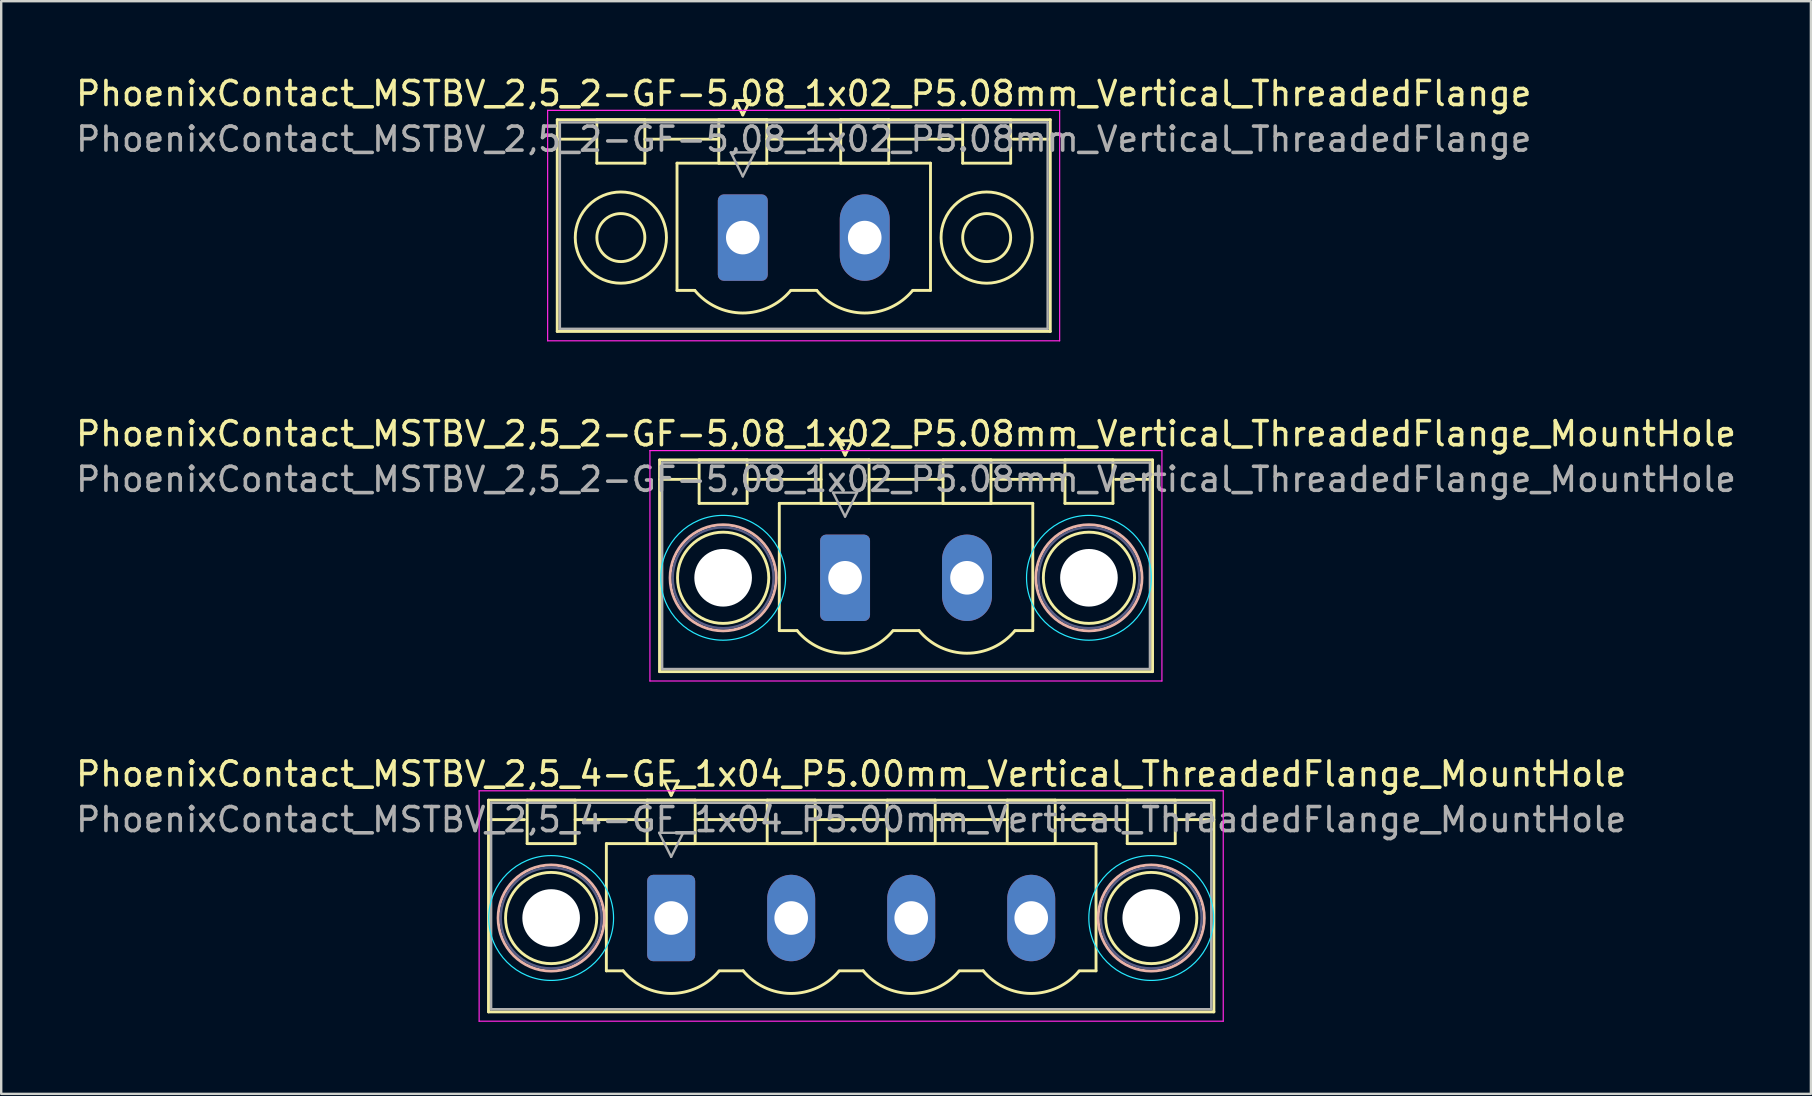
<source format=kicad_pcb>
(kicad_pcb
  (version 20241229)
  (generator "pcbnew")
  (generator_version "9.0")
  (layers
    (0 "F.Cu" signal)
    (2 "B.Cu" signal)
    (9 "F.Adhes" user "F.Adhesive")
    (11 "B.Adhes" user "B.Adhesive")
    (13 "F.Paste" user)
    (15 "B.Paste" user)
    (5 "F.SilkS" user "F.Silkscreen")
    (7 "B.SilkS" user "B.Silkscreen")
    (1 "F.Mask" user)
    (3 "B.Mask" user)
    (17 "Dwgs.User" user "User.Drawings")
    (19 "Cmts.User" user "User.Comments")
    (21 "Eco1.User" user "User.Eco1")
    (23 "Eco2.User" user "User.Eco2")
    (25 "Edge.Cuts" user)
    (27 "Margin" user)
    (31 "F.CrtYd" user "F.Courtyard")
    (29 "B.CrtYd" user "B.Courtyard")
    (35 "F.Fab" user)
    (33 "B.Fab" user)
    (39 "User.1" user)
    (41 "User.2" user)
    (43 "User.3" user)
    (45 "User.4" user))
  (footprint "PhoenixContact_MSTBV_2,5_4-GF_1x04_P5.00mm_Vertical_ThreadedFlange_MountHole"
    (layer "F.Cu")
    (at 24.911 35.195)
    (property "Reference" "PhoenixContact_MSTBV_2,5_4-GF_1x04_P5.00mm_Vertical_ThreadedFlange_MountHole" (at 7.5 -6 0) (layer "F.SilkS") (effects (font (size 1 1) (thickness 0.15))))
    (attr through_hole)
    (fp_line (start -7.61 -4.91) (end -7.61 3.91) (stroke (width 0.12) (type solid)) (layer "F.SilkS"))
    (fp_line (start -7.61 -4.1) (end -6.11 -4.1) (stroke (width 0.12) (type solid)) (layer "F.SilkS"))
    (fp_line (start -7.61 3.91) (end 22.61 3.91) (stroke (width 0.12) (type solid)) (layer "F.SilkS"))
    (fp_line (start -6 -4.91) (end -4 -4.91) (stroke (width 0.12) (type solid)) (layer "F.SilkS"))
    (fp_line (start -6 -3.1) (end -6 -4.91) (stroke (width 0.12) (type solid)) (layer "F.SilkS"))
    (fp_line (start -4 -4.91) (end -4 -3.1) (stroke (width 0.12) (type solid)) (layer "F.SilkS"))
    (fp_line (start -4 -4.1) (end -1 -4.1) (stroke (width 0.12) (type solid)) (layer "F.SilkS"))
    (fp_line (start -4 -3.1) (end -6 -3.1) (stroke (width 0.12) (type solid)) (layer "F.SilkS"))
    (fp_line (start -2.7 -3.1) (end 17.7 -3.1) (stroke (width 0.12) (type solid)) (layer "F.SilkS"))
    (fp_line (start -2.7 2.2) (end -2.7 -3.1) (stroke (width 0.12) (type solid)) (layer "F.SilkS"))
    (fp_line (start -2 2.2) (end -2.7 2.2) (stroke (width 0.12) (type solid)) (layer "F.SilkS"))
    (fp_line (start -1 -4.91) (end 1 -4.91) (stroke (width 0.12) (type solid)) (layer "F.SilkS"))
    (fp_line (start -1 -3.1) (end -1 -4.91) (stroke (width 0.12) (type solid)) (layer "F.SilkS"))
    (fp_line (start -0.3 -5.71) (end 0.3 -5.71) (stroke (width 0.12) (type solid)) (layer "F.SilkS"))
    (fp_line (start 0 -5.11) (end -0.3 -5.71) (stroke (width 0.12) (type solid)) (layer "F.SilkS"))
    (fp_line (start 0.3 -5.71) (end 0 -5.11) (stroke (width 0.12) (type solid)) (layer "F.SilkS"))
    (fp_line (start 1 -4.91) (end 1 -3.1) (stroke (width 0.12) (type solid)) (layer "F.SilkS"))
    (fp_line (start 1 -4.1) (end 4 -4.1) (stroke (width 0.12) (type solid)) (layer "F.SilkS"))
    (fp_line (start 1 -3.1) (end -1 -3.1) (stroke (width 0.12) (type solid)) (layer "F.SilkS"))
    (fp_line (start 2 2.2) (end 3 2.2) (stroke (width 0.12) (type solid)) (layer "F.SilkS"))
    (fp_line (start 4 -4.91) (end 6 -4.91) (stroke (width 0.12) (type solid)) (layer "F.SilkS"))
    (fp_line (start 4 -3.1) (end 4 -4.91) (stroke (width 0.12) (type solid)) (layer "F.SilkS"))
    (fp_line (start 6 -4.91) (end 6 -3.1) (stroke (width 0.12) (type solid)) (layer "F.SilkS"))
    (fp_line (start 6 -4.1) (end 9 -4.1) (stroke (width 0.12) (type solid)) (layer "F.SilkS"))
    (fp_line (start 6 -3.1) (end 4 -3.1) (stroke (width 0.12) (type solid)) (layer "F.SilkS"))
    (fp_line (start 7 2.2) (end 8 2.2) (stroke (width 0.12) (type solid)) (layer "F.SilkS"))
    (fp_line (start 9 -4.91) (end 11 -4.91) (stroke (width 0.12) (type solid)) (layer "F.SilkS"))
    (fp_line (start 9 -3.1) (end 9 -4.91) (stroke (width 0.12) (type solid)) (layer "F.SilkS"))
    (fp_line (start 11 -4.91) (end 11 -3.1) (stroke (width 0.12) (type solid)) (layer "F.SilkS"))
    (fp_line (start 11 -4.1) (end 14 -4.1) (stroke (width 0.12) (type solid)) (layer "F.SilkS"))
    (fp_line (start 11 -3.1) (end 9 -3.1) (stroke (width 0.12) (type solid)) (layer "F.SilkS"))
    (fp_line (start 12 2.2) (end 13 2.2) (stroke (width 0.12) (type solid)) (layer "F.SilkS"))
    (fp_line (start 14 -4.91) (end 16 -4.91) (stroke (width 0.12) (type solid)) (layer "F.SilkS"))
    (fp_line (start 14 -3.1) (end 14 -4.91) (stroke (width 0.12) (type solid)) (layer "F.SilkS"))
    (fp_line (start 16 -4.91) (end 16 -3.1) (stroke (width 0.12) (type solid)) (layer "F.SilkS"))
    (fp_line (start 16 -4.1) (end 19 -4.1) (stroke (width 0.12) (type solid)) (layer "F.SilkS"))
    (fp_line (start 16 -3.1) (end 14 -3.1) (stroke (width 0.12) (type solid)) (layer "F.SilkS"))
    (fp_line (start 17.7 -3.1) (end 17.7 2.2) (stroke (width 0.12) (type solid)) (layer "F.SilkS"))
    (fp_line (start 17.7 2.2) (end 17 2.2) (stroke (width 0.12) (type solid)) (layer "F.SilkS"))
    (fp_line (start 19 -4.91) (end 21 -4.91) (stroke (width 0.12) (type solid)) (layer "F.SilkS"))
    (fp_line (start 19 -3.1) (end 19 -4.91) (stroke (width 0.12) (type solid)) (layer "F.SilkS"))
    (fp_line (start 21 -4.91) (end 21 -3.1) (stroke (width 0.12) (type solid)) (layer "F.SilkS"))
    (fp_line (start 21 -3.1) (end 19 -3.1) (stroke (width 0.12) (type solid)) (layer "F.SilkS"))
    (fp_line (start 22.61 -4.91) (end -7.61 -4.91) (stroke (width 0.12) (type solid)) (layer "F.SilkS"))
    (fp_line (start 22.61 -4.1) (end 21.11 -4.1) (stroke (width 0.12) (type solid)) (layer "F.SilkS"))
    (fp_line (start 22.61 3.91) (end 22.61 -4.91) (stroke (width 0.12) (type solid)) (layer "F.SilkS"))
    (fp_arc (start 1.986842 2.215821) (mid -0.010289 3.142758) (end -2 2.2) (stroke (width 0.12) (type solid)) (layer "F.SilkS"))
    (fp_arc (start 6.986842 2.215821) (mid 4.989711 3.142758) (end 3 2.2) (stroke (width 0.12) (type solid)) (layer "F.SilkS"))
    (fp_arc (start 11.986842 2.215821) (mid 9.989711 3.142758) (end 8 2.2) (stroke (width 0.12) (type solid)) (layer "F.SilkS"))
    (fp_arc (start 16.986842 2.215821) (mid 14.989711 3.142758) (end 13 2.2) (stroke (width 0.12) (type solid)) (layer "F.SilkS"))
    (fp_circle (center -5 0) (end -3.1 0) (stroke (width 0.12) (type solid)) (fill no) (layer "F.SilkS"))
    (fp_circle (center 20 0) (end 21.9 0) (stroke (width 0.12) (type solid)) (fill no) (layer "F.SilkS"))
    (fp_circle (center -5 0) (end -2.79 0) (stroke (width 0.12) (type solid)) (fill no) (layer "B.SilkS"))
    (fp_circle (center 20 0) (end 22.21 0) (stroke (width 0.12) (type solid)) (fill no) (layer "B.SilkS"))
    (fp_circle (center -5 0) (end -2.4 0) (stroke (width 0.05) (type solid)) (fill no) (layer "B.CrtYd"))
    (fp_circle (center 20 0) (end 22.6 0) (stroke (width 0.05) (type solid)) (fill no) (layer "B.CrtYd"))
    (fp_line (start -8 -5.3) (end -8 4.3) (stroke (width 0.05) (type solid)) (layer "F.CrtYd"))
    (fp_line (start -8 4.3) (end 23 4.3) (stroke (width 0.05) (type solid)) (layer "F.CrtYd"))
    (fp_line (start 23 -5.3) (end -8 -5.3) (stroke (width 0.05) (type solid)) (layer "F.CrtYd"))
    (fp_line (start 23 4.3) (end 23 -5.3) (stroke (width 0.05) (type solid)) (layer "F.CrtYd"))
    (fp_circle (center -5 0) (end -2.9 0) (stroke (width 0.1) (type solid)) (fill no) (layer "B.Fab"))
    (fp_circle (center 20 0) (end 22.1 0) (stroke (width 0.1) (type solid)) (fill no) (layer "B.Fab"))
    (fp_line (start -7.5 -4.8) (end -7.5 3.8) (stroke (width 0.1) (type solid)) (layer "F.Fab"))
    (fp_line (start -7.5 3.8) (end 22.5 3.8) (stroke (width 0.1) (type solid)) (layer "F.Fab"))
    (fp_line (start -0.5 -3.55) (end 0.5 -3.55) (stroke (width 0.1) (type solid)) (layer "F.Fab"))
    (fp_line (start 0 -2.55) (end -0.5 -3.55) (stroke (width 0.1) (type solid)) (layer "F.Fab"))
    (fp_line (start 0.5 -3.55) (end 0 -2.55) (stroke (width 0.1) (type solid)) (layer "F.Fab"))
    (fp_line (start 22.5 -4.8) (end -7.5 -4.8) (stroke (width 0.1) (type solid)) (layer "F.Fab"))
    (fp_line (start 22.5 3.8) (end 22.5 -4.8) (stroke (width 0.1) (type solid)) (layer "F.Fab"))
    (fp_text user "${REFERENCE}" (at 7.5 -4.1 0) (layer "F.Fab") (effects (font (size 1 1) (thickness 0.15))))
    (pad "" np_thru_hole circle (at -5 0) (size 2.4 2.4) (drill 2.4) (layers "*.Cu" "*.Mask"))
    (pad "" np_thru_hole circle (at 20 0) (size 2.4 2.4) (drill 2.4) (layers "*.Cu" "*.Mask"))
    (pad "1" thru_hole roundrect (at 0 0) (size 2 3.6) (drill 1.4) (layers "*.Cu" "*.Mask") (roundrect_rratio 0.125))
    (pad "2" thru_hole oval (at 5 0) (size 2 3.6) (drill 1.4) (layers "*.Cu" "*.Mask"))
    (pad "3" thru_hole oval (at 10 0) (size 2 3.6) (drill 1.4) (layers "*.Cu" "*.Mask"))
    (pad "4" thru_hole oval (at 15 0) (size 2 3.6) (drill 1.4) (layers "*.Cu" "*.Mask")))
  (footprint "PhoenixContact_MSTBV_2,5_2-GF-5,08_1x02_P5.08mm_Vertical_ThreadedFlange_MountHole"
    (layer "F.Cu")
    (at 32.156 21.021)
    (property "Reference" "PhoenixContact_MSTBV_2,5_2-GF-5,08_1x02_P5.08mm_Vertical_ThreadedFlange_MountHole" (at 2.54 -6 0) (layer "F.SilkS") (effects (font (size 1 1) (thickness 0.15))))
    (attr through_hole)
    (fp_line (start -7.73 -4.91) (end -7.73 3.91) (stroke (width 0.12) (type solid)) (layer "F.SilkS"))
    (fp_line (start -7.73 -4.1) (end -6.19 -4.1) (stroke (width 0.12) (type solid)) (layer "F.SilkS"))
    (fp_line (start -7.73 3.91) (end 12.81 3.91) (stroke (width 0.12) (type solid)) (layer "F.SilkS"))
    (fp_line (start -6.08 -4.91) (end -4.08 -4.91) (stroke (width 0.12) (type solid)) (layer "F.SilkS"))
    (fp_line (start -6.08 -3.1) (end -6.08 -4.91) (stroke (width 0.12) (type solid)) (layer "F.SilkS"))
    (fp_line (start -4.08 -4.91) (end -4.08 -3.1) (stroke (width 0.12) (type solid)) (layer "F.SilkS"))
    (fp_line (start -4.08 -4.1) (end -1 -4.1) (stroke (width 0.12) (type solid)) (layer "F.SilkS"))
    (fp_line (start -4.08 -3.1) (end -6.08 -3.1) (stroke (width 0.12) (type solid)) (layer "F.SilkS"))
    (fp_line (start -2.74 -3.1) (end 7.82 -3.1) (stroke (width 0.12) (type solid)) (layer "F.SilkS"))
    (fp_line (start -2.74 2.2) (end -2.74 -3.1) (stroke (width 0.12) (type solid)) (layer "F.SilkS"))
    (fp_line (start -2 2.2) (end -2.74 2.2) (stroke (width 0.12) (type solid)) (layer "F.SilkS"))
    (fp_line (start -1 -4.91) (end 1 -4.91) (stroke (width 0.12) (type solid)) (layer "F.SilkS"))
    (fp_line (start -1 -3.1) (end -1 -4.91) (stroke (width 0.12) (type solid)) (layer "F.SilkS"))
    (fp_line (start -0.3 -5.71) (end 0.3 -5.71) (stroke (width 0.12) (type solid)) (layer "F.SilkS"))
    (fp_line (start 0 -5.11) (end -0.3 -5.71) (stroke (width 0.12) (type solid)) (layer "F.SilkS"))
    (fp_line (start 0.3 -5.71) (end 0 -5.11) (stroke (width 0.12) (type solid)) (layer "F.SilkS"))
    (fp_line (start 1 -4.91) (end 1 -3.1) (stroke (width 0.12) (type solid)) (layer "F.SilkS"))
    (fp_line (start 1 -4.1) (end 4.08 -4.1) (stroke (width 0.12) (type solid)) (layer "F.SilkS"))
    (fp_line (start 1 -3.1) (end -1 -3.1) (stroke (width 0.12) (type solid)) (layer "F.SilkS"))
    (fp_line (start 2 2.2) (end 3.08 2.2) (stroke (width 0.12) (type solid)) (layer "F.SilkS"))
    (fp_line (start 4.08 -4.91) (end 6.08 -4.91) (stroke (width 0.12) (type solid)) (layer "F.SilkS"))
    (fp_line (start 4.08 -3.1) (end 4.08 -4.91) (stroke (width 0.12) (type solid)) (layer "F.SilkS"))
    (fp_line (start 6.08 -4.91) (end 6.08 -3.1) (stroke (width 0.12) (type solid)) (layer "F.SilkS"))
    (fp_line (start 6.08 -4.1) (end 9.16 -4.1) (stroke (width 0.12) (type solid)) (layer "F.SilkS"))
    (fp_line (start 6.08 -3.1) (end 4.08 -3.1) (stroke (width 0.12) (type solid)) (layer "F.SilkS"))
    (fp_line (start 7.82 -3.1) (end 7.82 2.2) (stroke (width 0.12) (type solid)) (layer "F.SilkS"))
    (fp_line (start 7.82 2.2) (end 7.08 2.2) (stroke (width 0.12) (type solid)) (layer "F.SilkS"))
    (fp_line (start 9.16 -4.91) (end 11.16 -4.91) (stroke (width 0.12) (type solid)) (layer "F.SilkS"))
    (fp_line (start 9.16 -3.1) (end 9.16 -4.91) (stroke (width 0.12) (type solid)) (layer "F.SilkS"))
    (fp_line (start 11.16 -4.91) (end 11.16 -3.1) (stroke (width 0.12) (type solid)) (layer "F.SilkS"))
    (fp_line (start 11.16 -3.1) (end 9.16 -3.1) (stroke (width 0.12) (type solid)) (layer "F.SilkS"))
    (fp_line (start 12.81 -4.91) (end -7.73 -4.91) (stroke (width 0.12) (type solid)) (layer "F.SilkS"))
    (fp_line (start 12.81 -4.1) (end 11.27 -4.1) (stroke (width 0.12) (type solid)) (layer "F.SilkS"))
    (fp_line (start 12.81 3.91) (end 12.81 -4.91) (stroke (width 0.12) (type solid)) (layer "F.SilkS"))
    (fp_arc (start 1.986842 2.215821) (mid -0.010289 3.142758) (end -2 2.2) (stroke (width 0.12) (type solid)) (layer "F.SilkS"))
    (fp_arc (start 7.066842 2.215821) (mid 5.069711 3.142758) (end 3.08 2.2) (stroke (width 0.12) (type solid)) (layer "F.SilkS"))
    (fp_circle (center -5.08 0) (end -3.18 0) (stroke (width 0.12) (type solid)) (fill no) (layer "F.SilkS"))
    (fp_circle (center 10.16 0) (end 12.06 0) (stroke (width 0.12) (type solid)) (fill no) (layer "F.SilkS"))
    (fp_circle (center -5.08 0) (end -2.87 0) (stroke (width 0.12) (type solid)) (fill no) (layer "B.SilkS"))
    (fp_circle (center 10.16 0) (end 12.37 0) (stroke (width 0.12) (type solid)) (fill no) (layer "B.SilkS"))
    (fp_circle (center -5.08 0) (end -2.48 0) (stroke (width 0.05) (type solid)) (fill no) (layer "B.CrtYd"))
    (fp_circle (center 10.16 0) (end 12.76 0) (stroke (width 0.05) (type solid)) (fill no) (layer "B.CrtYd"))
    (fp_line (start -8.13 -5.3) (end -8.13 4.3) (stroke (width 0.05) (type solid)) (layer "F.CrtYd"))
    (fp_line (start -8.13 4.3) (end 13.2 4.3) (stroke (width 0.05) (type solid)) (layer "F.CrtYd"))
    (fp_line (start 13.2 -5.3) (end -8.13 -5.3) (stroke (width 0.05) (type solid)) (layer "F.CrtYd"))
    (fp_line (start 13.2 4.3) (end 13.2 -5.3) (stroke (width 0.05) (type solid)) (layer "F.CrtYd"))
    (fp_circle (center -5.08 0) (end -2.98 0) (stroke (width 0.1) (type solid)) (fill no) (layer "B.Fab"))
    (fp_circle (center 10.16 0) (end 12.26 0) (stroke (width 0.1) (type solid)) (fill no) (layer "B.Fab"))
    (fp_line (start -7.62 -4.8) (end -7.62 3.8) (stroke (width 0.1) (type solid)) (layer "F.Fab"))
    (fp_line (start -7.62 3.8) (end 12.7 3.8) (stroke (width 0.1) (type solid)) (layer "F.Fab"))
    (fp_line (start -0.5 -3.55) (end 0.5 -3.55) (stroke (width 0.1) (type solid)) (layer "F.Fab"))
    (fp_line (start 0 -2.55) (end -0.5 -3.55) (stroke (width 0.1) (type solid)) (layer "F.Fab"))
    (fp_line (start 0.5 -3.55) (end 0 -2.55) (stroke (width 0.1) (type solid)) (layer "F.Fab"))
    (fp_line (start 12.7 -4.8) (end -7.62 -4.8) (stroke (width 0.1) (type solid)) (layer "F.Fab"))
    (fp_line (start 12.7 3.8) (end 12.7 -4.8) (stroke (width 0.1) (type solid)) (layer "F.Fab"))
    (fp_text user "${REFERENCE}" (at 2.54 -4.1 0) (layer "F.Fab") (effects (font (size 1 1) (thickness 0.15))))
    (pad "" np_thru_hole circle (at -5.08 0) (size 2.4 2.4) (drill 2.4) (layers "*.Cu" "*.Mask"))
    (pad "" np_thru_hole circle (at 10.16 0) (size 2.4 2.4) (drill 2.4) (layers "*.Cu" "*.Mask"))
    (pad "1" thru_hole roundrect (at 0 0) (size 2.08 3.6) (drill 1.4) (layers "*.Cu" "*.Mask") (roundrect_rratio 0.12))
    (pad "2" thru_hole oval (at 5.08 0) (size 2.08 3.6) (drill 1.4) (layers "*.Cu" "*.Mask")))
  (footprint "PhoenixContact_MSTBV_2,5_2-GF-5,08_1x02_P5.08mm_Vertical_ThreadedFlange"
    (layer "F.Cu")
    (at 27.895 6.848)
    (property "Reference" "PhoenixContact_MSTBV_2,5_2-GF-5,08_1x02_P5.08mm_Vertical_ThreadedFlange" (at 2.54 -6 0) (layer "F.SilkS") (effects (font (size 1 1) (thickness 0.15))))
    (attr through_hole)
    (fp_line (start -7.73 -4.91) (end -7.73 3.91) (stroke (width 0.12) (type solid)) (layer "F.SilkS"))
    (fp_line (start -7.73 -4.1) (end -6.19 -4.1) (stroke (width 0.12) (type solid)) (layer "F.SilkS"))
    (fp_line (start -7.73 3.91) (end 12.81 3.91) (stroke (width 0.12) (type solid)) (layer "F.SilkS"))
    (fp_line (start -6.08 -4.91) (end -4.08 -4.91) (stroke (width 0.12) (type solid)) (layer "F.SilkS"))
    (fp_line (start -6.08 -3.1) (end -6.08 -4.91) (stroke (width 0.12) (type solid)) (layer "F.SilkS"))
    (fp_line (start -4.08 -4.91) (end -4.08 -3.1) (stroke (width 0.12) (type solid)) (layer "F.SilkS"))
    (fp_line (start -4.08 -4.1) (end -1 -4.1) (stroke (width 0.12) (type solid)) (layer "F.SilkS"))
    (fp_line (start -4.08 -3.1) (end -6.08 -3.1) (stroke (width 0.12) (type solid)) (layer "F.SilkS"))
    (fp_line (start -2.74 -3.1) (end 7.82 -3.1) (stroke (width 0.12) (type solid)) (layer "F.SilkS"))
    (fp_line (start -2.74 2.2) (end -2.74 -3.1) (stroke (width 0.12) (type solid)) (layer "F.SilkS"))
    (fp_line (start -2 2.2) (end -2.74 2.2) (stroke (width 0.12) (type solid)) (layer "F.SilkS"))
    (fp_line (start -1 -4.91) (end 1 -4.91) (stroke (width 0.12) (type solid)) (layer "F.SilkS"))
    (fp_line (start -1 -3.1) (end -1 -4.91) (stroke (width 0.12) (type solid)) (layer "F.SilkS"))
    (fp_line (start -0.3 -5.71) (end 0.3 -5.71) (stroke (width 0.12) (type solid)) (layer "F.SilkS"))
    (fp_line (start 0 -5.11) (end -0.3 -5.71) (stroke (width 0.12) (type solid)) (layer "F.SilkS"))
    (fp_line (start 0.3 -5.71) (end 0 -5.11) (stroke (width 0.12) (type solid)) (layer "F.SilkS"))
    (fp_line (start 1 -4.91) (end 1 -3.1) (stroke (width 0.12) (type solid)) (layer "F.SilkS"))
    (fp_line (start 1 -4.1) (end 4.08 -4.1) (stroke (width 0.12) (type solid)) (layer "F.SilkS"))
    (fp_line (start 1 -3.1) (end -1 -3.1) (stroke (width 0.12) (type solid)) (layer "F.SilkS"))
    (fp_line (start 2 2.2) (end 3.08 2.2) (stroke (width 0.12) (type solid)) (layer "F.SilkS"))
    (fp_line (start 4.08 -4.91) (end 6.08 -4.91) (stroke (width 0.12) (type solid)) (layer "F.SilkS"))
    (fp_line (start 4.08 -3.1) (end 4.08 -4.91) (stroke (width 0.12) (type solid)) (layer "F.SilkS"))
    (fp_line (start 6.08 -4.91) (end 6.08 -3.1) (stroke (width 0.12) (type solid)) (layer "F.SilkS"))
    (fp_line (start 6.08 -4.1) (end 9.16 -4.1) (stroke (width 0.12) (type solid)) (layer "F.SilkS"))
    (fp_line (start 6.08 -3.1) (end 4.08 -3.1) (stroke (width 0.12) (type solid)) (layer "F.SilkS"))
    (fp_line (start 7.82 -3.1) (end 7.82 2.2) (stroke (width 0.12) (type solid)) (layer "F.SilkS"))
    (fp_line (start 7.82 2.2) (end 7.08 2.2) (stroke (width 0.12) (type solid)) (layer "F.SilkS"))
    (fp_line (start 9.16 -4.91) (end 11.16 -4.91) (stroke (width 0.12) (type solid)) (layer "F.SilkS"))
    (fp_line (start 9.16 -3.1) (end 9.16 -4.91) (stroke (width 0.12) (type solid)) (layer "F.SilkS"))
    (fp_line (start 11.16 -4.91) (end 11.16 -3.1) (stroke (width 0.12) (type solid)) (layer "F.SilkS"))
    (fp_line (start 11.16 -3.1) (end 9.16 -3.1) (stroke (width 0.12) (type solid)) (layer "F.SilkS"))
    (fp_line (start 12.81 -4.91) (end -7.73 -4.91) (stroke (width 0.12) (type solid)) (layer "F.SilkS"))
    (fp_line (start 12.81 -4.1) (end 11.27 -4.1) (stroke (width 0.12) (type solid)) (layer "F.SilkS"))
    (fp_line (start 12.81 3.91) (end 12.81 -4.91) (stroke (width 0.12) (type solid)) (layer "F.SilkS"))
    (fp_arc (start 1.986842 2.215821) (mid -0.010289 3.142758) (end -2 2.2) (stroke (width 0.12) (type solid)) (layer "F.SilkS"))
    (fp_arc (start 7.066842 2.215821) (mid 5.069711 3.142758) (end 3.08 2.2) (stroke (width 0.12) (type solid)) (layer "F.SilkS"))
    (fp_circle (center -5.08 0) (end -4.08 0) (stroke (width 0.12) (type solid)) (fill no) (layer "F.SilkS"))
    (fp_circle (center -5.08 0) (end -3.18 0) (stroke (width 0.12) (type solid)) (fill no) (layer "F.SilkS"))
    (fp_circle (center 10.16 0) (end 11.16 0) (stroke (width 0.12) (type solid)) (fill no) (layer "F.SilkS"))
    (fp_circle (center 10.16 0) (end 12.06 0) (stroke (width 0.12) (type solid)) (fill no) (layer "F.SilkS"))
    (fp_line (start -8.13 -5.3) (end -8.13 4.3) (stroke (width 0.05) (type solid)) (layer "F.CrtYd"))
    (fp_line (start -8.13 4.3) (end 13.2 4.3) (stroke (width 0.05) (type solid)) (layer "F.CrtYd"))
    (fp_line (start 13.2 -5.3) (end -8.13 -5.3) (stroke (width 0.05) (type solid)) (layer "F.CrtYd"))
    (fp_line (start 13.2 4.3) (end 13.2 -5.3) (stroke (width 0.05) (type solid)) (layer "F.CrtYd"))
    (fp_line (start -7.62 -4.8) (end -7.62 3.8) (stroke (width 0.1) (type solid)) (layer "F.Fab"))
    (fp_line (start -7.62 3.8) (end 12.7 3.8) (stroke (width 0.1) (type solid)) (layer "F.Fab"))
    (fp_line (start -0.5 -3.55) (end 0.5 -3.55) (stroke (width 0.1) (type solid)) (layer "F.Fab"))
    (fp_line (start 0 -2.55) (end -0.5 -3.55) (stroke (width 0.1) (type solid)) (layer "F.Fab"))
    (fp_line (start 0.5 -3.55) (end 0 -2.55) (stroke (width 0.1) (type solid)) (layer "F.Fab"))
    (fp_line (start 12.7 -4.8) (end -7.62 -4.8) (stroke (width 0.1) (type solid)) (layer "F.Fab"))
    (fp_line (start 12.7 3.8) (end 12.7 -4.8) (stroke (width 0.1) (type solid)) (layer "F.Fab"))
    (fp_text user "${REFERENCE}" (at 2.54 -4.1 0) (layer "F.Fab") (effects (font (size 1 1) (thickness 0.15))))
    (pad "1" thru_hole roundrect (at 0 0) (size 2.08 3.6) (drill 1.4) (layers "*.Cu" "*.Mask") (roundrect_rratio 0.12))
    (pad "2" thru_hole oval (at 5.08 0) (size 2.08 3.6) (drill 1.4) (layers "*.Cu" "*.Mask")))
  (gr_rect
    (start -3 -3)
    (end 72.393 42.52)
    (stroke (width 0.1) (type default))
    (fill no)
    (layer "Edge.Cuts")))
</source>
